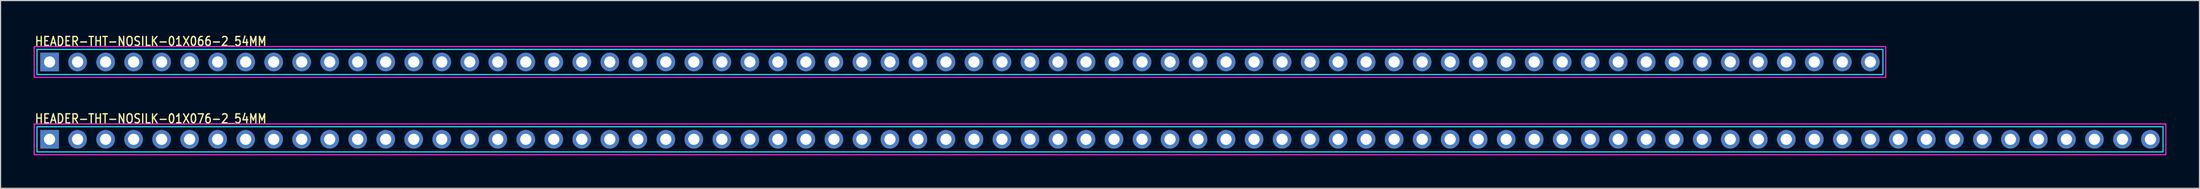
<source format=kicad_pcb>
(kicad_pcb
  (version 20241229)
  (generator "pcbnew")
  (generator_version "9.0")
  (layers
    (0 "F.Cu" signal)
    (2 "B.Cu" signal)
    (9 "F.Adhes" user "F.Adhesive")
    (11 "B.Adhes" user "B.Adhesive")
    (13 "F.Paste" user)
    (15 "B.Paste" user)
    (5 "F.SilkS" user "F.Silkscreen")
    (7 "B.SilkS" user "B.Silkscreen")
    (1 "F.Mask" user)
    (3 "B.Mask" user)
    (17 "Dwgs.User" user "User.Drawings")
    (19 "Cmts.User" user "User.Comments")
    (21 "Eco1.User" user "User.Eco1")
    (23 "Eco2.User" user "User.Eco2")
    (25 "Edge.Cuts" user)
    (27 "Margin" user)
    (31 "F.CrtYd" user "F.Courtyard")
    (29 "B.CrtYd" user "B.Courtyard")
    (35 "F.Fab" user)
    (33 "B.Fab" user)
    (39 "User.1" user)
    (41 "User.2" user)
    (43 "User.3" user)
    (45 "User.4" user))
  (footprint "HEADER-THT-NOSILK-01X066-2_54MM"
    (layer "F.Cu")
    (at 1.447 2.579)
    (property "Reference" "HEADER-THT-NOSILK-01X066-2_54MM" (at -1.4 -1.4 0) (unlocked yes) (layer "F.SilkS") (effects (font (size 0.813 0.695) (thickness 0.122)) (justify left bottom)))
    (fp_poly (pts (xy -1.143 -1.143) (xy 166.243 -1.143) (xy 166.243 1.143) (xy -1.143 1.143)) (stroke (width 0.1) (type solid)) (fill no) (layer "B.CrtYd"))
    (fp_poly (pts (xy -1.397 -1.397) (xy 166.497 -1.397) (xy 166.497 1.397) (xy -1.397 1.397)) (stroke (width 0.1) (type solid)) (fill no) (layer "F.CrtYd"))
    (pad "P$1" thru_hole rect (at 0 0) (size 1.693 1.693) (drill 1.016) (layers "*.Cu" "*.Mask"))
    (pad "P$2" thru_hole oval (at 2.54 0) (size 1.693 1.693) (drill 1.016) (layers "*.Cu" "*.Mask"))
    (pad "P$3" thru_hole oval (at 5.08 0) (size 1.693 1.693) (drill 1.016) (layers "*.Cu" "*.Mask"))
    (pad "P$4" thru_hole oval (at 7.62 0) (size 1.693 1.693) (drill 1.016) (layers "*.Cu" "*.Mask"))
    (pad "P$5" thru_hole oval (at 10.16 0) (size 1.693 1.693) (drill 1.016) (layers "*.Cu" "*.Mask"))
    (pad "P$6" thru_hole oval (at 12.7 0) (size 1.693 1.693) (drill 1.016) (layers "*.Cu" "*.Mask"))
    (pad "P$7" thru_hole oval (at 15.24 0) (size 1.693 1.693) (drill 1.016) (layers "*.Cu" "*.Mask"))
    (pad "P$8" thru_hole oval (at 17.78 0) (size 1.693 1.693) (drill 1.016) (layers "*.Cu" "*.Mask"))
    (pad "P$9" thru_hole oval (at 20.32 0) (size 1.693 1.693) (drill 1.016) (layers "*.Cu" "*.Mask"))
    (pad "P$10" thru_hole oval (at 22.86 0) (size 1.693 1.693) (drill 1.016) (layers "*.Cu" "*.Mask"))
    (pad "P$11" thru_hole oval (at 25.4 0) (size 1.693 1.693) (drill 1.016) (layers "*.Cu" "*.Mask"))
    (pad "P$12" thru_hole oval (at 27.94 0) (size 1.693 1.693) (drill 1.016) (layers "*.Cu" "*.Mask"))
    (pad "P$13" thru_hole oval (at 30.48 0) (size 1.693 1.693) (drill 1.016) (layers "*.Cu" "*.Mask"))
    (pad "P$14" thru_hole oval (at 33.02 0) (size 1.693 1.693) (drill 1.016) (layers "*.Cu" "*.Mask"))
    (pad "P$15" thru_hole oval (at 35.56 0) (size 1.693 1.693) (drill 1.016) (layers "*.Cu" "*.Mask"))
    (pad "P$16" thru_hole oval (at 38.1 0) (size 1.693 1.693) (drill 1.016) (layers "*.Cu" "*.Mask"))
    (pad "P$17" thru_hole oval (at 40.64 0) (size 1.693 1.693) (drill 1.016) (layers "*.Cu" "*.Mask"))
    (pad "P$18" thru_hole oval (at 43.18 0) (size 1.693 1.693) (drill 1.016) (layers "*.Cu" "*.Mask"))
    (pad "P$19" thru_hole oval (at 45.72 0) (size 1.693 1.693) (drill 1.016) (layers "*.Cu" "*.Mask"))
    (pad "P$20" thru_hole oval (at 48.26 0) (size 1.693 1.693) (drill 1.016) (layers "*.Cu" "*.Mask"))
    (pad "P$21" thru_hole oval (at 50.8 0) (size 1.693 1.693) (drill 1.016) (layers "*.Cu" "*.Mask"))
    (pad "P$22" thru_hole oval (at 53.34 0) (size 1.693 1.693) (drill 1.016) (layers "*.Cu" "*.Mask"))
    (pad "P$23" thru_hole oval (at 55.88 0) (size 1.693 1.693) (drill 1.016) (layers "*.Cu" "*.Mask"))
    (pad "P$24" thru_hole oval (at 58.42 0) (size 1.693 1.693) (drill 1.016) (layers "*.Cu" "*.Mask"))
    (pad "P$25" thru_hole oval (at 60.96 0) (size 1.693 1.693) (drill 1.016) (layers "*.Cu" "*.Mask"))
    (pad "P$26" thru_hole oval (at 63.5 0) (size 1.693 1.693) (drill 1.016) (layers "*.Cu" "*.Mask"))
    (pad "P$27" thru_hole oval (at 66.04 0) (size 1.693 1.693) (drill 1.016) (layers "*.Cu" "*.Mask"))
    (pad "P$28" thru_hole oval (at 68.58 0) (size 1.693 1.693) (drill 1.016) (layers "*.Cu" "*.Mask"))
    (pad "P$29" thru_hole oval (at 71.12 0) (size 1.693 1.693) (drill 1.016) (layers "*.Cu" "*.Mask"))
    (pad "P$30" thru_hole oval (at 73.66 0) (size 1.693 1.693) (drill 1.016) (layers "*.Cu" "*.Mask"))
    (pad "P$31" thru_hole oval (at 76.2 0) (size 1.693 1.693) (drill 1.016) (layers "*.Cu" "*.Mask"))
    (pad "P$32" thru_hole oval (at 78.74 0) (size 1.693 1.693) (drill 1.016) (layers "*.Cu" "*.Mask"))
    (pad "P$33" thru_hole oval (at 81.28 0) (size 1.693 1.693) (drill 1.016) (layers "*.Cu" "*.Mask"))
    (pad "P$34" thru_hole oval (at 83.82 0) (size 1.693 1.693) (drill 1.016) (layers "*.Cu" "*.Mask"))
    (pad "P$35" thru_hole oval (at 86.36 0) (size 1.693 1.693) (drill 1.016) (layers "*.Cu" "*.Mask"))
    (pad "P$36" thru_hole oval (at 88.9 0) (size 1.693 1.693) (drill 1.016) (layers "*.Cu" "*.Mask"))
    (pad "P$37" thru_hole oval (at 91.44 0) (size 1.693 1.693) (drill 1.016) (layers "*.Cu" "*.Mask"))
    (pad "P$38" thru_hole oval (at 93.98 0) (size 1.693 1.693) (drill 1.016) (layers "*.Cu" "*.Mask"))
    (pad "P$39" thru_hole oval (at 96.52 0) (size 1.693 1.693) (drill 1.016) (layers "*.Cu" "*.Mask"))
    (pad "P$40" thru_hole oval (at 99.06 0) (size 1.693 1.693) (drill 1.016) (layers "*.Cu" "*.Mask"))
    (pad "P$41" thru_hole oval (at 101.6 0) (size 1.693 1.693) (drill 1.016) (layers "*.Cu" "*.Mask"))
    (pad "P$42" thru_hole oval (at 104.14 0) (size 1.693 1.693) (drill 1.016) (layers "*.Cu" "*.Mask"))
    (pad "P$43" thru_hole oval (at 106.68 0) (size 1.693 1.693) (drill 1.016) (layers "*.Cu" "*.Mask"))
    (pad "P$44" thru_hole oval (at 109.22 0) (size 1.693 1.693) (drill 1.016) (layers "*.Cu" "*.Mask"))
    (pad "P$45" thru_hole oval (at 111.76 0) (size 1.693 1.693) (drill 1.016) (layers "*.Cu" "*.Mask"))
    (pad "P$46" thru_hole oval (at 114.3 0) (size 1.693 1.693) (drill 1.016) (layers "*.Cu" "*.Mask"))
    (pad "P$47" thru_hole oval (at 116.84 0) (size 1.693 1.693) (drill 1.016) (layers "*.Cu" "*.Mask"))
    (pad "P$48" thru_hole oval (at 119.38 0) (size 1.693 1.693) (drill 1.016) (layers "*.Cu" "*.Mask"))
    (pad "P$49" thru_hole oval (at 121.92 0) (size 1.693 1.693) (drill 1.016) (layers "*.Cu" "*.Mask"))
    (pad "P$50" thru_hole oval (at 124.46 0) (size 1.693 1.693) (drill 1.016) (layers "*.Cu" "*.Mask"))
    (pad "P$51" thru_hole oval (at 127 0) (size 1.693 1.693) (drill 1.016) (layers "*.Cu" "*.Mask"))
    (pad "P$52" thru_hole oval (at 129.54 0) (size 1.693 1.693) (drill 1.016) (layers "*.Cu" "*.Mask"))
    (pad "P$53" thru_hole oval (at 132.08 0) (size 1.693 1.693) (drill 1.016) (layers "*.Cu" "*.Mask"))
    (pad "P$54" thru_hole oval (at 134.62 0) (size 1.693 1.693) (drill 1.016) (layers "*.Cu" "*.Mask"))
    (pad "P$55" thru_hole oval (at 137.16 0) (size 1.693 1.693) (drill 1.016) (layers "*.Cu" "*.Mask"))
    (pad "P$56" thru_hole oval (at 139.7 0) (size 1.693 1.693) (drill 1.016) (layers "*.Cu" "*.Mask"))
    (pad "P$57" thru_hole oval (at 142.24 0) (size 1.693 1.693) (drill 1.016) (layers "*.Cu" "*.Mask"))
    (pad "P$58" thru_hole oval (at 144.78 0) (size 1.693 1.693) (drill 1.016) (layers "*.Cu" "*.Mask"))
    (pad "P$59" thru_hole oval (at 147.32 0) (size 1.693 1.693) (drill 1.016) (layers "*.Cu" "*.Mask"))
    (pad "P$60" thru_hole oval (at 149.86 0) (size 1.693 1.693) (drill 1.016) (layers "*.Cu" "*.Mask"))
    (pad "P$61" thru_hole oval (at 152.4 0) (size 1.693 1.693) (drill 1.016) (layers "*.Cu" "*.Mask"))
    (pad "P$62" thru_hole oval (at 154.94 0) (size 1.693 1.693) (drill 1.016) (layers "*.Cu" "*.Mask"))
    (pad "P$63" thru_hole oval (at 157.48 0) (size 1.693 1.693) (drill 1.016) (layers "*.Cu" "*.Mask"))
    (pad "P$64" thru_hole oval (at 160.02 0) (size 1.693 1.693) (drill 1.016) (layers "*.Cu" "*.Mask"))
    (pad "P$65" thru_hole oval (at 162.56 0) (size 1.693 1.693) (drill 1.016) (layers "*.Cu" "*.Mask"))
    (pad "P$66" thru_hole oval (at 165.1 0) (size 1.693 1.693) (drill 1.016) (layers "*.Cu" "*.Mask")))
  (footprint "HEADER-THT-NOSILK-01X076-2_54MM"
    (layer "F.Cu")
    (at 1.447 9.604)
    (property "Reference" "HEADER-THT-NOSILK-01X076-2_54MM" (at -1.4 -1.4 0) (unlocked yes) (layer "F.SilkS") (effects (font (size 0.813 0.695) (thickness 0.122)) (justify left bottom)))
    (fp_poly (pts (xy -1.143 -1.143) (xy 191.643 -1.143) (xy 191.643 1.143) (xy -1.143 1.143)) (stroke (width 0.1) (type solid)) (fill no) (layer "B.CrtYd"))
    (fp_poly (pts (xy -1.397 -1.397) (xy 191.897 -1.397) (xy 191.897 1.397) (xy -1.397 1.397)) (stroke (width 0.1) (type solid)) (fill no) (layer "F.CrtYd"))
    (pad "P$1" thru_hole rect (at 0 0) (size 1.693 1.693) (drill 1.016) (layers "*.Cu" "*.Mask"))
    (pad "P$2" thru_hole oval (at 2.54 0) (size 1.693 1.693) (drill 1.016) (layers "*.Cu" "*.Mask"))
    (pad "P$3" thru_hole oval (at 5.08 0) (size 1.693 1.693) (drill 1.016) (layers "*.Cu" "*.Mask"))
    (pad "P$4" thru_hole oval (at 7.62 0) (size 1.693 1.693) (drill 1.016) (layers "*.Cu" "*.Mask"))
    (pad "P$5" thru_hole oval (at 10.16 0) (size 1.693 1.693) (drill 1.016) (layers "*.Cu" "*.Mask"))
    (pad "P$6" thru_hole oval (at 12.7 0) (size 1.693 1.693) (drill 1.016) (layers "*.Cu" "*.Mask"))
    (pad "P$7" thru_hole oval (at 15.24 0) (size 1.693 1.693) (drill 1.016) (layers "*.Cu" "*.Mask"))
    (pad "P$8" thru_hole oval (at 17.78 0) (size 1.693 1.693) (drill 1.016) (layers "*.Cu" "*.Mask"))
    (pad "P$9" thru_hole oval (at 20.32 0) (size 1.693 1.693) (drill 1.016) (layers "*.Cu" "*.Mask"))
    (pad "P$10" thru_hole oval (at 22.86 0) (size 1.693 1.693) (drill 1.016) (layers "*.Cu" "*.Mask"))
    (pad "P$11" thru_hole oval (at 25.4 0) (size 1.693 1.693) (drill 1.016) (layers "*.Cu" "*.Mask"))
    (pad "P$12" thru_hole oval (at 27.94 0) (size 1.693 1.693) (drill 1.016) (layers "*.Cu" "*.Mask"))
    (pad "P$13" thru_hole oval (at 30.48 0) (size 1.693 1.693) (drill 1.016) (layers "*.Cu" "*.Mask"))
    (pad "P$14" thru_hole oval (at 33.02 0) (size 1.693 1.693) (drill 1.016) (layers "*.Cu" "*.Mask"))
    (pad "P$15" thru_hole oval (at 35.56 0) (size 1.693 1.693) (drill 1.016) (layers "*.Cu" "*.Mask"))
    (pad "P$16" thru_hole oval (at 38.1 0) (size 1.693 1.693) (drill 1.016) (layers "*.Cu" "*.Mask"))
    (pad "P$17" thru_hole oval (at 40.64 0) (size 1.693 1.693) (drill 1.016) (layers "*.Cu" "*.Mask"))
    (pad "P$18" thru_hole oval (at 43.18 0) (size 1.693 1.693) (drill 1.016) (layers "*.Cu" "*.Mask"))
    (pad "P$19" thru_hole oval (at 45.72 0) (size 1.693 1.693) (drill 1.016) (layers "*.Cu" "*.Mask"))
    (pad "P$20" thru_hole oval (at 48.26 0) (size 1.693 1.693) (drill 1.016) (layers "*.Cu" "*.Mask"))
    (pad "P$21" thru_hole oval (at 50.8 0) (size 1.693 1.693) (drill 1.016) (layers "*.Cu" "*.Mask"))
    (pad "P$22" thru_hole oval (at 53.34 0) (size 1.693 1.693) (drill 1.016) (layers "*.Cu" "*.Mask"))
    (pad "P$23" thru_hole oval (at 55.88 0) (size 1.693 1.693) (drill 1.016) (layers "*.Cu" "*.Mask"))
    (pad "P$24" thru_hole oval (at 58.42 0) (size 1.693 1.693) (drill 1.016) (layers "*.Cu" "*.Mask"))
    (pad "P$25" thru_hole oval (at 60.96 0) (size 1.693 1.693) (drill 1.016) (layers "*.Cu" "*.Mask"))
    (pad "P$26" thru_hole oval (at 63.5 0) (size 1.693 1.693) (drill 1.016) (layers "*.Cu" "*.Mask"))
    (pad "P$27" thru_hole oval (at 66.04 0) (size 1.693 1.693) (drill 1.016) (layers "*.Cu" "*.Mask"))
    (pad "P$28" thru_hole oval (at 68.58 0) (size 1.693 1.693) (drill 1.016) (layers "*.Cu" "*.Mask"))
    (pad "P$29" thru_hole oval (at 71.12 0) (size 1.693 1.693) (drill 1.016) (layers "*.Cu" "*.Mask"))
    (pad "P$30" thru_hole oval (at 73.66 0) (size 1.693 1.693) (drill 1.016) (layers "*.Cu" "*.Mask"))
    (pad "P$31" thru_hole oval (at 76.2 0) (size 1.693 1.693) (drill 1.016) (layers "*.Cu" "*.Mask"))
    (pad "P$32" thru_hole oval (at 78.74 0) (size 1.693 1.693) (drill 1.016) (layers "*.Cu" "*.Mask"))
    (pad "P$33" thru_hole oval (at 81.28 0) (size 1.693 1.693) (drill 1.016) (layers "*.Cu" "*.Mask"))
    (pad "P$34" thru_hole oval (at 83.82 0) (size 1.693 1.693) (drill 1.016) (layers "*.Cu" "*.Mask"))
    (pad "P$35" thru_hole oval (at 86.36 0) (size 1.693 1.693) (drill 1.016) (layers "*.Cu" "*.Mask"))
    (pad "P$36" thru_hole oval (at 88.9 0) (size 1.693 1.693) (drill 1.016) (layers "*.Cu" "*.Mask"))
    (pad "P$37" thru_hole oval (at 91.44 0) (size 1.693 1.693) (drill 1.016) (layers "*.Cu" "*.Mask"))
    (pad "P$38" thru_hole oval (at 93.98 0) (size 1.693 1.693) (drill 1.016) (layers "*.Cu" "*.Mask"))
    (pad "P$39" thru_hole oval (at 96.52 0) (size 1.693 1.693) (drill 1.016) (layers "*.Cu" "*.Mask"))
    (pad "P$40" thru_hole oval (at 99.06 0) (size 1.693 1.693) (drill 1.016) (layers "*.Cu" "*.Mask"))
    (pad "P$41" thru_hole oval (at 101.6 0) (size 1.693 1.693) (drill 1.016) (layers "*.Cu" "*.Mask"))
    (pad "P$42" thru_hole oval (at 104.14 0) (size 1.693 1.693) (drill 1.016) (layers "*.Cu" "*.Mask"))
    (pad "P$43" thru_hole oval (at 106.68 0) (size 1.693 1.693) (drill 1.016) (layers "*.Cu" "*.Mask"))
    (pad "P$44" thru_hole oval (at 109.22 0) (size 1.693 1.693) (drill 1.016) (layers "*.Cu" "*.Mask"))
    (pad "P$45" thru_hole oval (at 111.76 0) (size 1.693 1.693) (drill 1.016) (layers "*.Cu" "*.Mask"))
    (pad "P$46" thru_hole oval (at 114.3 0) (size 1.693 1.693) (drill 1.016) (layers "*.Cu" "*.Mask"))
    (pad "P$47" thru_hole oval (at 116.84 0) (size 1.693 1.693) (drill 1.016) (layers "*.Cu" "*.Mask"))
    (pad "P$48" thru_hole oval (at 119.38 0) (size 1.693 1.693) (drill 1.016) (layers "*.Cu" "*.Mask"))
    (pad "P$49" thru_hole oval (at 121.92 0) (size 1.693 1.693) (drill 1.016) (layers "*.Cu" "*.Mask"))
    (pad "P$50" thru_hole oval (at 124.46 0) (size 1.693 1.693) (drill 1.016) (layers "*.Cu" "*.Mask"))
    (pad "P$51" thru_hole oval (at 127 0) (size 1.693 1.693) (drill 1.016) (layers "*.Cu" "*.Mask"))
    (pad "P$52" thru_hole oval (at 129.54 0) (size 1.693 1.693) (drill 1.016) (layers "*.Cu" "*.Mask"))
    (pad "P$53" thru_hole oval (at 132.08 0) (size 1.693 1.693) (drill 1.016) (layers "*.Cu" "*.Mask"))
    (pad "P$54" thru_hole oval (at 134.62 0) (size 1.693 1.693) (drill 1.016) (layers "*.Cu" "*.Mask"))
    (pad "P$55" thru_hole oval (at 137.16 0) (size 1.693 1.693) (drill 1.016) (layers "*.Cu" "*.Mask"))
    (pad "P$56" thru_hole oval (at 139.7 0) (size 1.693 1.693) (drill 1.016) (layers "*.Cu" "*.Mask"))
    (pad "P$57" thru_hole oval (at 142.24 0) (size 1.693 1.693) (drill 1.016) (layers "*.Cu" "*.Mask"))
    (pad "P$58" thru_hole oval (at 144.78 0) (size 1.693 1.693) (drill 1.016) (layers "*.Cu" "*.Mask"))
    (pad "P$59" thru_hole oval (at 147.32 0) (size 1.693 1.693) (drill 1.016) (layers "*.Cu" "*.Mask"))
    (pad "P$60" thru_hole oval (at 149.86 0) (size 1.693 1.693) (drill 1.016) (layers "*.Cu" "*.Mask"))
    (pad "P$61" thru_hole oval (at 152.4 0) (size 1.693 1.693) (drill 1.016) (layers "*.Cu" "*.Mask"))
    (pad "P$62" thru_hole oval (at 154.94 0) (size 1.693 1.693) (drill 1.016) (layers "*.Cu" "*.Mask"))
    (pad "P$63" thru_hole oval (at 157.48 0) (size 1.693 1.693) (drill 1.016) (layers "*.Cu" "*.Mask"))
    (pad "P$64" thru_hole oval (at 160.02 0) (size 1.693 1.693) (drill 1.016) (layers "*.Cu" "*.Mask"))
    (pad "P$65" thru_hole oval (at 162.56 0) (size 1.693 1.693) (drill 1.016) (layers "*.Cu" "*.Mask"))
    (pad "P$66" thru_hole oval (at 165.1 0) (size 1.693 1.693) (drill 1.016) (layers "*.Cu" "*.Mask"))
    (pad "P$67" thru_hole oval (at 167.64 0) (size 1.693 1.693) (drill 1.016) (layers "*.Cu" "*.Mask"))
    (pad "P$68" thru_hole oval (at 170.18 0) (size 1.693 1.693) (drill 1.016) (layers "*.Cu" "*.Mask"))
    (pad "P$69" thru_hole oval (at 172.72 0) (size 1.693 1.693) (drill 1.016) (layers "*.Cu" "*.Mask"))
    (pad "P$70" thru_hole oval (at 175.26 0) (size 1.693 1.693) (drill 1.016) (layers "*.Cu" "*.Mask"))
    (pad "P$71" thru_hole oval (at 177.8 0) (size 1.693 1.693) (drill 1.016) (layers "*.Cu" "*.Mask"))
    (pad "P$72" thru_hole oval (at 180.34 0) (size 1.693 1.693) (drill 1.016) (layers "*.Cu" "*.Mask"))
    (pad "P$73" thru_hole oval (at 182.88 0) (size 1.693 1.693) (drill 1.016) (layers "*.Cu" "*.Mask"))
    (pad "P$74" thru_hole oval (at 185.42 0) (size 1.693 1.693) (drill 1.016) (layers "*.Cu" "*.Mask"))
    (pad "P$75" thru_hole oval (at 187.96 0) (size 1.693 1.693) (drill 1.016) (layers "*.Cu" "*.Mask"))
    (pad "P$76" thru_hole oval (at 190.5 0) (size 1.693 1.693) (drill 1.016) (layers "*.Cu" "*.Mask")))
  (gr_rect
    (start -3 -3)
    (end 196.394 14.051)
    (stroke (width 0.1) (type default))
    (fill no)
    (layer "Edge.Cuts")))
</source>
